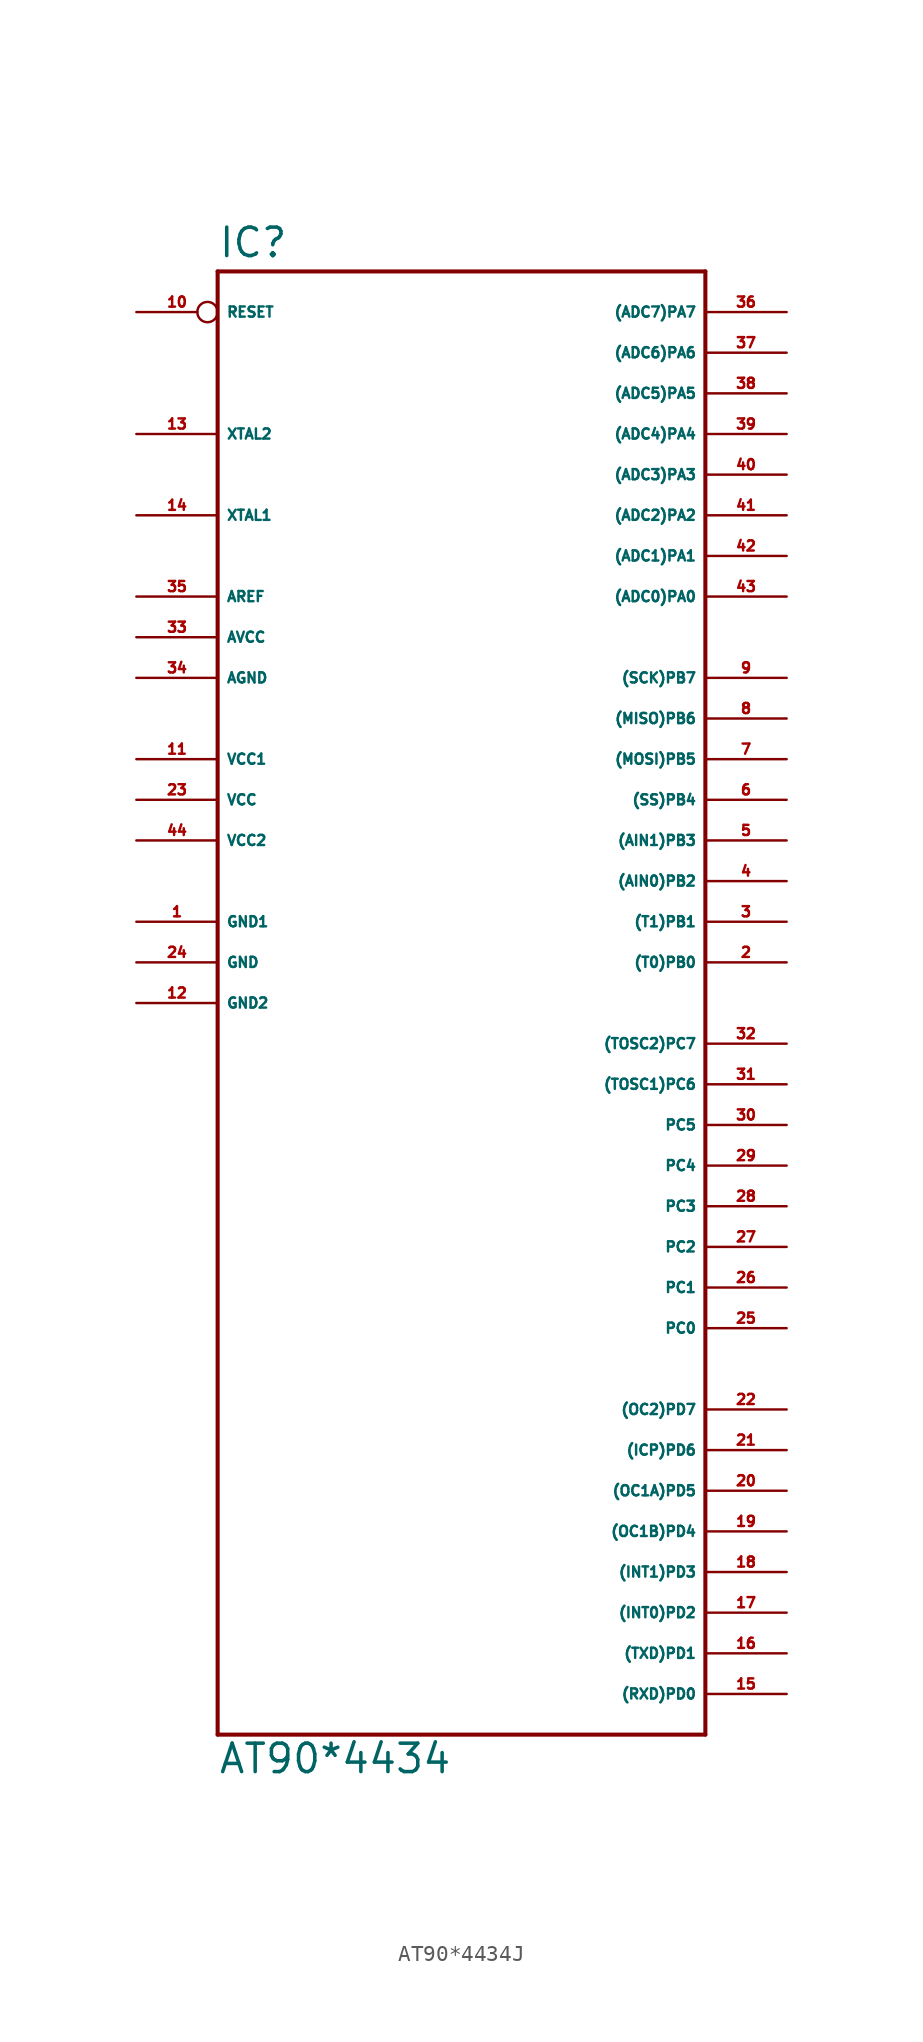
<source format=kicad_sym>
(kicad_symbol_lib
  (version 20220914)
  (generator Eagle2Kicad)
  (symbol "AT90*4434J"
    (property "Reference" "IC"
      (at -15.24 43.942 0)
      (effects (font (size 1.778 1.778) (thickness 0.22)) (justify left bottom)))
    (property "Value" "AT90*4434"
      (at -15.24 -50.8 0)
      (effects (font (size 1.778 1.778) (thickness 0.22)) (justify left bottom)))
    (polyline
      (pts (xy -15.24 43.18) (xy 15.24 43.18))
      (stroke (width 0.254) (type default))
      (fill (type none)))
    (polyline
      (pts (xy 15.24 43.18) (xy 15.24 -48.26))
      (stroke (width 0.254) (type default))
      (fill (type none)))
    (polyline
      (pts (xy 15.24 -48.26) (xy -15.24 -48.26))
      (stroke (width 0.254) (type default))
      (fill (type none)))
    (polyline
      (pts (xy -15.24 -48.26) (xy -15.24 43.18))
      (stroke (width 0.254) (type default))
      (fill (type none)))
    (pin bidirectional line
      (at 20.32 40.64 180)
      (length 5.08)
      (name "(ADC7)PA7" (effects (font (size 0.635 0.635) (thickness 0.08)) (justify left bottom)))
      (number "36" (effects (font (size 0.635 0.635) (thickness 0.08)) (justify left bottom))))
    (pin bidirectional line
      (at 20.32 38.1 180)
      (length 5.08)
      (name "(ADC6)PA6" (effects (font (size 0.635 0.635) (thickness 0.08)) (justify left bottom)))
      (number "37" (effects (font (size 0.635 0.635) (thickness 0.08)) (justify left bottom))))
    (pin bidirectional line
      (at 20.32 35.56 180)
      (length 5.08)
      (name "(ADC5)PA5" (effects (font (size 0.635 0.635) (thickness 0.08)) (justify left bottom)))
      (number "38" (effects (font (size 0.635 0.635) (thickness 0.08)) (justify left bottom))))
    (pin bidirectional line
      (at 20.32 33.02 180)
      (length 5.08)
      (name "(ADC4)PA4" (effects (font (size 0.635 0.635) (thickness 0.08)) (justify left bottom)))
      (number "39" (effects (font (size 0.635 0.635) (thickness 0.08)) (justify left bottom))))
    (pin bidirectional line
      (at 20.32 30.48 180)
      (length 5.08)
      (name "(ADC3)PA3" (effects (font (size 0.635 0.635) (thickness 0.08)) (justify left bottom)))
      (number "40" (effects (font (size 0.635 0.635) (thickness 0.08)) (justify left bottom))))
    (pin bidirectional line
      (at 20.32 27.94 180)
      (length 5.08)
      (name "(ADC2)PA2" (effects (font (size 0.635 0.635) (thickness 0.08)) (justify left bottom)))
      (number "41" (effects (font (size 0.635 0.635) (thickness 0.08)) (justify left bottom))))
    (pin bidirectional line
      (at 20.32 25.4 180)
      (length 5.08)
      (name "(ADC1)PA1" (effects (font (size 0.635 0.635) (thickness 0.08)) (justify left bottom)))
      (number "42" (effects (font (size 0.635 0.635) (thickness 0.08)) (justify left bottom))))
    (pin bidirectional line
      (at 20.32 22.86 180)
      (length 5.08)
      (name "(ADC0)PA0" (effects (font (size 0.635 0.635) (thickness 0.08)) (justify left bottom)))
      (number "43" (effects (font (size 0.635 0.635) (thickness 0.08)) (justify left bottom))))
    (pin bidirectional line
      (at 20.32 17.78 180)
      (length 5.08)
      (name "(SCK)PB7" (effects (font (size 0.635 0.635) (thickness 0.08)) (justify left bottom)))
      (number "9" (effects (font (size 0.635 0.635) (thickness 0.08)) (justify left bottom))))
    (pin bidirectional line
      (at 20.32 15.24 180)
      (length 5.08)
      (name "(MISO)PB6" (effects (font (size 0.635 0.635) (thickness 0.08)) (justify left bottom)))
      (number "8" (effects (font (size 0.635 0.635) (thickness 0.08)) (justify left bottom))))
    (pin bidirectional line
      (at 20.32 12.7 180)
      (length 5.08)
      (name "(MOSI)PB5" (effects (font (size 0.635 0.635) (thickness 0.08)) (justify left bottom)))
      (number "7" (effects (font (size 0.635 0.635) (thickness 0.08)) (justify left bottom))))
    (pin bidirectional line
      (at 20.32 10.16 180)
      (length 5.08)
      (name "(SS)PB4" (effects (font (size 0.635 0.635) (thickness 0.08)) (justify left bottom)))
      (number "6" (effects (font (size 0.635 0.635) (thickness 0.08)) (justify left bottom))))
    (pin bidirectional line
      (at 20.32 7.62 180)
      (length 5.08)
      (name "(AIN1)PB3" (effects (font (size 0.635 0.635) (thickness 0.08)) (justify left bottom)))
      (number "5" (effects (font (size 0.635 0.635) (thickness 0.08)) (justify left bottom))))
    (pin bidirectional line
      (at 20.32 5.08 180)
      (length 5.08)
      (name "(AIN0)PB2" (effects (font (size 0.635 0.635) (thickness 0.08)) (justify left bottom)))
      (number "4" (effects (font (size 0.635 0.635) (thickness 0.08)) (justify left bottom))))
    (pin bidirectional line
      (at 20.32 2.54 180)
      (length 5.08)
      (name "(T1)PB1" (effects (font (size 0.635 0.635) (thickness 0.08)) (justify left bottom)))
      (number "3" (effects (font (size 0.635 0.635) (thickness 0.08)) (justify left bottom))))
    (pin bidirectional line
      (at 20.32 0 180)
      (length 5.08)
      (name "(T0)PB0" (effects (font (size 0.635 0.635) (thickness 0.08)) (justify left bottom)))
      (number "2" (effects (font (size 0.635 0.635) (thickness 0.08)) (justify left bottom))))
    (pin bidirectional line
      (at 20.32 -5.08 180)
      (length 5.08)
      (name "(TOSC2)PC7" (effects (font (size 0.635 0.635) (thickness 0.08)) (justify left bottom)))
      (number "32" (effects (font (size 0.635 0.635) (thickness 0.08)) (justify left bottom))))
    (pin bidirectional line
      (at 20.32 -7.62 180)
      (length 5.08)
      (name "(TOSC1)PC6" (effects (font (size 0.635 0.635) (thickness 0.08)) (justify left bottom)))
      (number "31" (effects (font (size 0.635 0.635) (thickness 0.08)) (justify left bottom))))
    (pin bidirectional line
      (at 20.32 -10.16 180)
      (length 5.08)
      (name "PC5" (effects (font (size 0.635 0.635) (thickness 0.08)) (justify left bottom)))
      (number "30" (effects (font (size 0.635 0.635) (thickness 0.08)) (justify left bottom))))
    (pin bidirectional line
      (at 20.32 -12.7 180)
      (length 5.08)
      (name "PC4" (effects (font (size 0.635 0.635) (thickness 0.08)) (justify left bottom)))
      (number "29" (effects (font (size 0.635 0.635) (thickness 0.08)) (justify left bottom))))
    (pin bidirectional line
      (at 20.32 -15.24 180)
      (length 5.08)
      (name "PC3" (effects (font (size 0.635 0.635) (thickness 0.08)) (justify left bottom)))
      (number "28" (effects (font (size 0.635 0.635) (thickness 0.08)) (justify left bottom))))
    (pin bidirectional line
      (at 20.32 -17.78 180)
      (length 5.08)
      (name "PC2" (effects (font (size 0.635 0.635) (thickness 0.08)) (justify left bottom)))
      (number "27" (effects (font (size 0.635 0.635) (thickness 0.08)) (justify left bottom))))
    (pin bidirectional line
      (at 20.32 -20.32 180)
      (length 5.08)
      (name "PC1" (effects (font (size 0.635 0.635) (thickness 0.08)) (justify left bottom)))
      (number "26" (effects (font (size 0.635 0.635) (thickness 0.08)) (justify left bottom))))
    (pin bidirectional line
      (at 20.32 -22.86 180)
      (length 5.08)
      (name "PC0" (effects (font (size 0.635 0.635) (thickness 0.08)) (justify left bottom)))
      (number "25" (effects (font (size 0.635 0.635) (thickness 0.08)) (justify left bottom))))
    (pin unspecified line
      (at -20.32 17.78 0)
      (length 5.08)
      (name "AGND" (effects (font (size 0.635 0.635) (thickness 0.08)) (justify left bottom)))
      (number "34" (effects (font (size 0.635 0.635) (thickness 0.08)) (justify left bottom))))
    (pin unspecified line
      (at -20.32 20.32 0)
      (length 5.08)
      (name "AVCC" (effects (font (size 0.635 0.635) (thickness 0.08)) (justify left bottom)))
      (number "33" (effects (font (size 0.635 0.635) (thickness 0.08)) (justify left bottom))))
    (pin passive line
      (at -20.32 22.86 0)
      (length 5.08)
      (name "AREF" (effects (font (size 0.635 0.635) (thickness 0.08)) (justify left bottom)))
      (number "35" (effects (font (size 0.635 0.635) (thickness 0.08)) (justify left bottom))))
    (pin bidirectional line
      (at -20.32 27.94 0)
      (length 5.08)
      (name "XTAL1" (effects (font (size 0.635 0.635) (thickness 0.08)) (justify left bottom)))
      (number "14" (effects (font (size 0.635 0.635) (thickness 0.08)) (justify left bottom))))
    (pin bidirectional line
      (at -20.32 33.02 0)
      (length 5.08)
      (name "XTAL2" (effects (font (size 0.635 0.635) (thickness 0.08)) (justify left bottom)))
      (number "13" (effects (font (size 0.635 0.635) (thickness 0.08)) (justify left bottom))))
    (pin unspecified line
      (at -20.32 2.54 0)
      (length 5.08)
      (name "GND1" (effects (font (size 0.635 0.635) (thickness 0.08)) (justify left bottom)))
      (number "1" (effects (font (size 0.635 0.635) (thickness 0.08)) (justify left bottom))))
    (pin unspecified line
      (at -20.32 -2.54 0)
      (length 5.08)
      (name "GND2" (effects (font (size 0.635 0.635) (thickness 0.08)) (justify left bottom)))
      (number "12" (effects (font (size 0.635 0.635) (thickness 0.08)) (justify left bottom))))
    (pin input inverted
      (at -20.32 40.64 0)
      (length 5.08)
      (name "RESET" (effects (font (size 0.635 0.635) (thickness 0.08)) (justify left bottom)))
      (number "10" (effects (font (size 0.635 0.635) (thickness 0.08)) (justify left bottom))))
    (pin bidirectional line
      (at 20.32 -45.72 180)
      (length 5.08)
      (name "(RXD)PD0" (effects (font (size 0.635 0.635) (thickness 0.08)) (justify left bottom)))
      (number "15" (effects (font (size 0.635 0.635) (thickness 0.08)) (justify left bottom))))
    (pin bidirectional line
      (at 20.32 -43.18 180)
      (length 5.08)
      (name "(TXD)PD1" (effects (font (size 0.635 0.635) (thickness 0.08)) (justify left bottom)))
      (number "16" (effects (font (size 0.635 0.635) (thickness 0.08)) (justify left bottom))))
    (pin bidirectional line
      (at 20.32 -40.64 180)
      (length 5.08)
      (name "(INT0)PD2" (effects (font (size 0.635 0.635) (thickness 0.08)) (justify left bottom)))
      (number "17" (effects (font (size 0.635 0.635) (thickness 0.08)) (justify left bottom))))
    (pin bidirectional line
      (at 20.32 -38.1 180)
      (length 5.08)
      (name "(INT1)PD3" (effects (font (size 0.635 0.635) (thickness 0.08)) (justify left bottom)))
      (number "18" (effects (font (size 0.635 0.635) (thickness 0.08)) (justify left bottom))))
    (pin bidirectional line
      (at 20.32 -35.56 180)
      (length 5.08)
      (name "(OC1B)PD4" (effects (font (size 0.635 0.635) (thickness 0.08)) (justify left bottom)))
      (number "19" (effects (font (size 0.635 0.635) (thickness 0.08)) (justify left bottom))))
    (pin bidirectional line
      (at 20.32 -33.02 180)
      (length 5.08)
      (name "(OC1A)PD5" (effects (font (size 0.635 0.635) (thickness 0.08)) (justify left bottom)))
      (number "20" (effects (font (size 0.635 0.635) (thickness 0.08)) (justify left bottom))))
    (pin bidirectional line
      (at 20.32 -30.48 180)
      (length 5.08)
      (name "(ICP)PD6" (effects (font (size 0.635 0.635) (thickness 0.08)) (justify left bottom)))
      (number "21" (effects (font (size 0.635 0.635) (thickness 0.08)) (justify left bottom))))
    (pin bidirectional line
      (at 20.32 -27.94 180)
      (length 5.08)
      (name "(OC2)PD7" (effects (font (size 0.635 0.635) (thickness 0.08)) (justify left bottom)))
      (number "22" (effects (font (size 0.635 0.635) (thickness 0.08)) (justify left bottom))))
    (pin unspecified line
      (at -20.32 12.7 0)
      (length 5.08)
      (name "VCC1" (effects (font (size 0.635 0.635) (thickness 0.08)) (justify left bottom)))
      (number "11" (effects (font (size 0.635 0.635) (thickness 0.08)) (justify left bottom))))
    (pin unspecified line
      (at -20.32 10.16 0)
      (length 5.08)
      (name "VCC" (effects (font (size 0.635 0.635) (thickness 0.08)) (justify left bottom)))
      (number "23" (effects (font (size 0.635 0.635) (thickness 0.08)) (justify left bottom))))
    (pin unspecified line
      (at -20.32 7.62 0)
      (length 5.08)
      (name "VCC2" (effects (font (size 0.635 0.635) (thickness 0.08)) (justify left bottom)))
      (number "44" (effects (font (size 0.635 0.635) (thickness 0.08)) (justify left bottom))))
    (pin unspecified line
      (at -20.32 0 0)
      (length 5.08)
      (name "GND" (effects (font (size 0.635 0.635) (thickness 0.08)) (justify left bottom)))
      (number "24" (effects (font (size 0.635 0.635) (thickness 0.08)) (justify left bottom))))))
</source>
